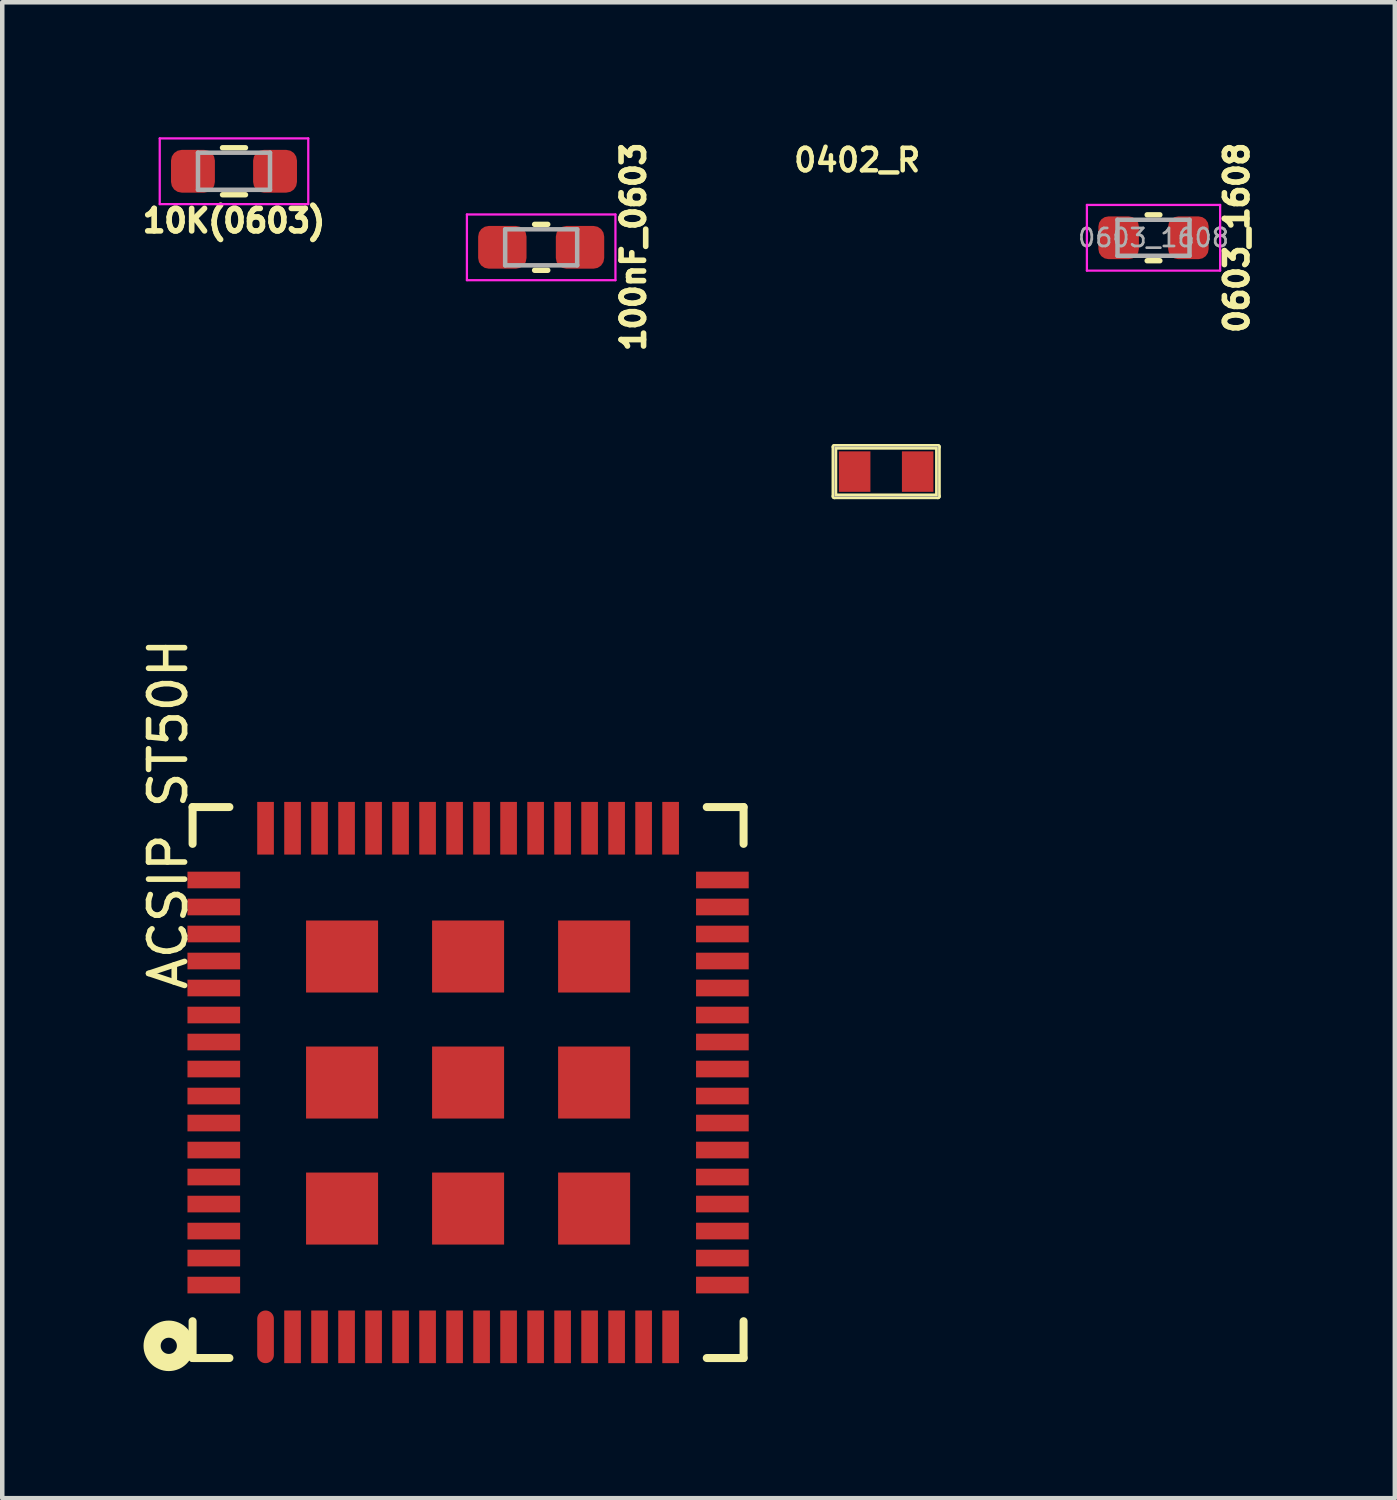
<source format=kicad_pcb>
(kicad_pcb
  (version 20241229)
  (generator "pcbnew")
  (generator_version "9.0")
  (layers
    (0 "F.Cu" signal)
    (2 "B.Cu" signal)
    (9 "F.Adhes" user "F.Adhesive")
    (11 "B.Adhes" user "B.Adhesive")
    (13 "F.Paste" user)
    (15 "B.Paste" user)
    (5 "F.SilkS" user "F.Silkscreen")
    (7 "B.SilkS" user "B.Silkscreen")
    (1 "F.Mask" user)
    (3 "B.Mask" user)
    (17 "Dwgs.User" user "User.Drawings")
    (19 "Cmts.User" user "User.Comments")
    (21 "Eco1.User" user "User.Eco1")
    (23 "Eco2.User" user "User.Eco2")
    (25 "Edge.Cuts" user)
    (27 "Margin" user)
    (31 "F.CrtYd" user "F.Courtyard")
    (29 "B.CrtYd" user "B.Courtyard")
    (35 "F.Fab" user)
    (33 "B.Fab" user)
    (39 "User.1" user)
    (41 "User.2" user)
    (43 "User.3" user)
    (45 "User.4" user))
  (footprint "ACSIP ST50H"
    (layer "F.Cu")
    (at 7.5 20.972)
    (property "Reference" "ACSIP ST50H" (at -6.813 -5.937 90) (unlocked yes) (layer "F.SilkS") (effects (font (size 0.8 0.8) (thickness 0.125))))
    (attr smd)
    (fp_line (start -6.271 -6.091) (end -5.453 -6.091) (stroke (width 0.178) (type solid)) (layer "F.SilkS"))
    (fp_line (start -6.271 -5.273) (end -6.271 -6.091) (stroke (width 0.178) (type solid)) (layer "F.SilkS"))
    (fp_line (start -6.271 6.151) (end -6.271 5.333) (stroke (width 0.178) (type solid)) (layer "F.SilkS"))
    (fp_line (start -6.271 6.151) (end -5.453 6.151) (stroke (width 0.178) (type solid)) (layer "F.SilkS"))
    (fp_line (start 5.153 -6.091) (end 5.971 -6.091) (stroke (width 0.178) (type solid)) (layer "F.SilkS"))
    (fp_line (start 5.153 6.151) (end 5.971 6.151) (stroke (width 0.178) (type solid)) (layer "F.SilkS"))
    (fp_line (start 5.971 -5.273) (end 5.971 -6.091) (stroke (width 0.178) (type solid)) (layer "F.SilkS"))
    (fp_line (start 5.971 6.151) (end 5.971 5.333) (stroke (width 0.178) (type solid)) (layer "F.SilkS"))
    (fp_circle (center -6.8 5.88) (end -6.8 5.7) (stroke (width 0.381) (type solid)) (fill no) (layer "F.SilkS"))
    (fp_line (start -6.15 -5.97) (end 5.85 -5.97) (stroke (width 0.05) (type solid)) (layer "User.1"))
    (fp_line (start -6.15 6.03) (end -6.15 -5.97) (stroke (width 0.05) (type solid)) (layer "User.1"))
    (fp_line (start -6.15 6.03) (end 5.85 6.03) (stroke (width 0.05) (type solid)) (layer "User.1"))
    (fp_line (start 5.85 6.03) (end 5.85 -5.97) (stroke (width 0.05) (type solid)) (layer "User.1"))
    (pad "1" smd oval (at -4.65 5.68) (size 0.37 1.17) (layers "F.Cu" "F.Mask" "F.Paste"))
    (pad "2" smd rect (at -4.05 5.68 180) (size 0.37 1.17) (layers "F.Cu" "F.Mask" "F.Paste"))
    (pad "3" smd rect (at -3.45 5.68 180) (size 0.37 1.17) (layers "F.Cu" "F.Mask" "F.Paste"))
    (pad "4" smd rect (at -2.85 5.68) (size 0.37 1.17) (layers "F.Cu" "F.Mask" "F.Paste"))
    (pad "5" smd rect (at -2.25 5.68) (size 0.37 1.17) (layers "F.Cu" "F.Mask" "F.Paste"))
    (pad "6" smd rect (at -1.65 5.68) (size 0.37 1.17) (layers "F.Cu" "F.Mask" "F.Paste"))
    (pad "7" smd rect (at -1.05 5.68) (size 0.37 1.17) (layers "F.Cu" "F.Mask" "F.Paste"))
    (pad "8" smd rect (at -0.45 5.68) (size 0.37 1.17) (layers "F.Cu" "F.Mask" "F.Paste"))
    (pad "9" smd rect (at 0.15 5.68) (size 0.37 1.17) (layers "F.Cu" "F.Mask" "F.Paste"))
    (pad "10" smd rect (at 0.75 5.68) (size 0.37 1.17) (layers "F.Cu" "F.Mask" "F.Paste"))
    (pad "11" smd rect (at 1.35 5.68) (size 0.37 1.17) (layers "F.Cu" "F.Mask" "F.Paste"))
    (pad "12" smd rect (at 1.95 5.68) (size 0.37 1.17) (layers "F.Cu" "F.Mask" "F.Paste"))
    (pad "13" smd rect (at 2.55 5.68) (size 0.37 1.17) (layers "F.Cu" "F.Mask" "F.Paste"))
    (pad "14" smd rect (at 3.15 5.68) (size 0.37 1.17) (layers "F.Cu" "F.Mask" "F.Paste"))
    (pad "15" smd rect (at 3.75 5.68) (size 0.37 1.17) (layers "F.Cu" "F.Mask" "F.Paste"))
    (pad "16" smd rect (at 4.35 5.68) (size 0.37 1.17) (layers "F.Cu" "F.Mask" "F.Paste"))
    (pad "17" smd rect (at 5.5 4.53 90) (size 0.37 1.17) (layers "F.Cu" "F.Mask" "F.Paste"))
    (pad "18" smd rect (at 5.5 3.93 90) (size 0.37 1.17) (layers "F.Cu" "F.Mask" "F.Paste"))
    (pad "19" smd rect (at 5.5 3.33 90) (size 0.37 1.17) (layers "F.Cu" "F.Mask" "F.Paste"))
    (pad "20" smd rect (at 5.5 2.73 90) (size 0.37 1.17) (layers "F.Cu" "F.Mask" "F.Paste"))
    (pad "21" smd rect (at 5.5 2.13 90) (size 0.37 1.17) (layers "F.Cu" "F.Mask" "F.Paste"))
    (pad "22" smd rect (at 5.5 1.53 90) (size 0.37 1.17) (layers "F.Cu" "F.Mask" "F.Paste"))
    (pad "23" smd rect (at 5.5 0.93 90) (size 0.37 1.17) (layers "F.Cu" "F.Mask" "F.Paste"))
    (pad "24" smd rect (at 5.5 0.33 90) (size 0.37 1.17) (layers "F.Cu" "F.Mask" "F.Paste"))
    (pad "25" smd rect (at 5.5 -0.27 90) (size 0.37 1.17) (layers "F.Cu" "F.Mask" "F.Paste"))
    (pad "26" smd rect (at 5.5 -0.87 90) (size 0.37 1.17) (layers "F.Cu" "F.Mask" "F.Paste"))
    (pad "27" smd rect (at 5.5 -1.47 90) (size 0.37 1.17) (layers "F.Cu" "F.Mask" "F.Paste"))
    (pad "28" smd rect (at 5.5 -2.07 90) (size 0.37 1.17) (layers "F.Cu" "F.Mask" "F.Paste"))
    (pad "29" smd rect (at 5.5 -2.67 90) (size 0.37 1.17) (layers "F.Cu" "F.Mask" "F.Paste"))
    (pad "30" smd rect (at 5.5 -3.27 90) (size 0.37 1.17) (layers "F.Cu" "F.Mask" "F.Paste"))
    (pad "31" smd rect (at 5.5 -3.87 90) (size 0.37 1.17) (layers "F.Cu" "F.Mask" "F.Paste"))
    (pad "32" smd rect (at 5.5 -4.47 90) (size 0.37 1.17) (layers "F.Cu" "F.Mask" "F.Paste"))
    (pad "33" smd rect (at 4.35 -5.62 180) (size 0.37 1.17) (layers "F.Cu" "F.Mask" "F.Paste"))
    (pad "34" smd rect (at 3.75 -5.62 180) (size 0.37 1.17) (layers "F.Cu" "F.Mask" "F.Paste"))
    (pad "35" smd rect (at 3.15 -5.62 180) (size 0.37 1.17) (layers "F.Cu" "F.Mask" "F.Paste"))
    (pad "36" smd rect (at 2.55 -5.62 180) (size 0.37 1.17) (layers "F.Cu" "F.Mask" "F.Paste"))
    (pad "37" smd rect (at 1.95 -5.62 180) (size 0.37 1.17) (layers "F.Cu" "F.Mask" "F.Paste"))
    (pad "38" smd rect (at 1.35 -5.62 180) (size 0.37 1.17) (layers "F.Cu" "F.Mask" "F.Paste"))
    (pad "39" smd rect (at 0.75 -5.62 180) (size 0.37 1.17) (layers "F.Cu" "F.Mask" "F.Paste"))
    (pad "40" smd rect (at 0.15 -5.62 180) (size 0.37 1.17) (layers "F.Cu" "F.Mask" "F.Paste"))
    (pad "41" smd rect (at -0.45 -5.62 180) (size 0.37 1.17) (layers "F.Cu" "F.Mask" "F.Paste"))
    (pad "42" smd rect (at -1.05 -5.62 180) (size 0.37 1.17) (layers "F.Cu" "F.Mask" "F.Paste"))
    (pad "43" smd rect (at -1.65 -5.62 180) (size 0.37 1.17) (layers "F.Cu" "F.Mask" "F.Paste"))
    (pad "44" smd rect (at -2.25 -5.62 180) (size 0.37 1.17) (layers "F.Cu" "F.Mask" "F.Paste"))
    (pad "45" smd rect (at -2.85 -5.62 180) (size 0.37 1.17) (layers "F.Cu" "F.Mask" "F.Paste"))
    (pad "46" smd rect (at -3.45 -5.62 180) (size 0.37 1.17) (layers "F.Cu" "F.Mask" "F.Paste"))
    (pad "47" smd rect (at -4.05 -5.62 180) (size 0.37 1.17) (layers "F.Cu" "F.Mask" "F.Paste"))
    (pad "48" smd rect (at -4.65 -5.62 180) (size 0.37 1.17) (layers "F.Cu" "F.Mask" "F.Paste"))
    (pad "49" smd rect (at -5.8 -4.47 270) (size 0.37 1.17) (layers "F.Cu" "F.Mask" "F.Paste"))
    (pad "50" smd rect (at -5.8 -3.87 270) (size 0.37 1.17) (layers "F.Cu" "F.Mask" "F.Paste"))
    (pad "51" smd rect (at -5.8 -3.27 270) (size 0.37 1.17) (layers "F.Cu" "F.Mask" "F.Paste"))
    (pad "52" smd rect (at -5.8 -2.67 270) (size 0.37 1.17) (layers "F.Cu" "F.Mask" "F.Paste"))
    (pad "53" smd rect (at -5.8 -2.07 270) (size 0.37 1.17) (layers "F.Cu" "F.Mask" "F.Paste"))
    (pad "54" smd rect (at -5.8 -1.47 270) (size 0.37 1.17) (layers "F.Cu" "F.Mask" "F.Paste"))
    (pad "55" smd rect (at -5.8 -0.87 270) (size 0.37 1.17) (layers "F.Cu" "F.Mask" "F.Paste"))
    (pad "56" smd rect (at -5.8 -0.27 270) (size 0.37 1.17) (layers "F.Cu" "F.Mask" "F.Paste"))
    (pad "57" smd rect (at -5.8 0.33 270) (size 0.37 1.17) (layers "F.Cu" "F.Mask" "F.Paste"))
    (pad "58" smd rect (at -5.8 0.93 270) (size 0.37 1.17) (layers "F.Cu" "F.Mask" "F.Paste"))
    (pad "59" smd rect (at -5.8 1.53 270) (size 0.37 1.17) (layers "F.Cu" "F.Mask" "F.Paste"))
    (pad "60" smd rect (at -5.8 2.13 270) (size 0.37 1.17) (layers "F.Cu" "F.Mask" "F.Paste"))
    (pad "61" smd rect (at -5.8 2.73 270) (size 0.37 1.17) (layers "F.Cu" "F.Mask" "F.Paste"))
    (pad "62" smd rect (at -5.8 3.33 270) (size 0.37 1.17) (layers "F.Cu" "F.Mask" "F.Paste"))
    (pad "63" smd rect (at -5.8 3.93 270) (size 0.37 1.17) (layers "F.Cu" "F.Mask" "F.Paste"))
    (pad "64" smd rect (at -5.8 4.53 270) (size 0.37 1.17) (layers "F.Cu" "F.Mask" "F.Paste"))
    (pad "65" smd rect (at -2.95 2.83 270) (size 1.6 1.6) (layers "F.Cu" "F.Mask" "F.Paste"))
    (pad "66" smd rect (at -2.95 0.03 270) (size 1.6 1.6) (layers "F.Cu" "F.Mask" "F.Paste"))
    (pad "67" smd rect (at -2.95 -2.77 270) (size 1.6 1.6) (layers "F.Cu" "F.Mask" "F.Paste"))
    (pad "68" smd rect (at -0.15 2.83 270) (size 1.6 1.6) (layers "F.Cu" "F.Mask" "F.Paste"))
    (pad "69" smd rect (at -0.15 0.03 270) (size 1.6 1.6) (layers "F.Cu" "F.Mask" "F.Paste"))
    (pad "70" smd rect (at -0.15 -2.77 270) (size 1.6 1.6) (layers "F.Cu" "F.Mask" "F.Paste"))
    (pad "71" smd rect (at 2.65 2.83 270) (size 1.6 1.6) (layers "F.Cu" "F.Mask" "F.Paste"))
    (pad "72" smd rect (at 2.65 0.03 270) (size 1.6 1.6) (layers "F.Cu" "F.Mask" "F.Paste"))
    (pad "73" smd rect (at 2.65 -2.77 270) (size 1.6 1.6) (layers "F.Cu" "F.Mask" "F.Paste")))
  (footprint "0402_R"
    (layer "F.Cu")
    (at 16.339 7.498)
    (property "Reference" "0402_R" (at -1.803 -6.698 0) (unlocked yes) (layer "F.SilkS") (effects (font (size 0.5 0.5) (thickness 0.1) (bold yes)) (justify left bottom)))
    (fp_line (start -0.85 -0.62) (end -0.85 0.48) (stroke (width 0.127) (type solid)) (layer "F.SilkS"))
    (fp_line (start -0.85 -0.62) (end 1.45 -0.62) (stroke (width 0.127) (type solid)) (layer "F.SilkS"))
    (fp_line (start -0.85 0.48) (end 1.45 0.48) (stroke (width 0.127) (type solid)) (layer "F.SilkS"))
    (fp_line (start 1.45 -0.62) (end 1.45 0.48) (stroke (width 0.127) (type solid)) (layer "F.SilkS"))
    (fp_line (start -0.85 -0.62) (end -0.85 0.48) (stroke (width 0.01) (type solid)) (layer "B.Fab"))
    (fp_line (start -0.85 -0.62) (end 1.45 -0.62) (stroke (width 0.01) (type solid)) (layer "B.Fab"))
    (fp_line (start -0.85 0.48) (end 1.45 0.48) (stroke (width 0.01) (type solid)) (layer "B.Fab"))
    (fp_line (start 1.45 -0.62) (end 1.45 0.48) (stroke (width 0.01) (type solid)) (layer "B.Fab"))
    (fp_line (start -0.5 -0.47) (end -0.5 0.33) (stroke (width 0.002) (type solid)) (layer "User.1"))
    (fp_line (start -0.5 -0.47) (end 1.1 -0.47) (stroke (width 0.002) (type solid)) (layer "User.1"))
    (fp_line (start 1.1 -0.47) (end 1.1 0.33) (stroke (width 0.002) (type solid)) (layer "User.1"))
    (fp_line (start 1.1 0.33) (end -0.5 0.33) (stroke (width 0.002) (type solid)) (layer "User.1"))
    (pad "1" smd rect (at -0.4 -0.07) (size 0.7 0.9) (layers "F.Cu" "F.Mask" "F.Paste"))
    (pad "2" smd rect (at 1 -0.07) (size 0.7 0.9) (layers "F.Cu" "F.Mask" "F.Paste")))
  (footprint "0603_1608"
    (layer "F.Cu")
    (at 22.579 2.233)
    (property "Reference" "0603_1608" (at 1.85 0 270) (layer "F.SilkS") (effects (font (size 0.5 0.5) (thickness 0.125))))
    (attr smd)
    (fp_line (start -0.141 -0.51) (end 0.141 -0.51) (stroke (width 0.12) (type solid)) (layer "F.SilkS"))
    (fp_line (start -0.141 0.51) (end 0.141 0.51) (stroke (width 0.12) (type solid)) (layer "F.SilkS"))
    (fp_line (start -1.48 -0.73) (end 1.48 -0.73) (stroke (width 0.05) (type solid)) (layer "F.CrtYd"))
    (fp_line (start -1.48 0.73) (end -1.48 -0.73) (stroke (width 0.05) (type solid)) (layer "F.CrtYd"))
    (fp_line (start 1.48 -0.73) (end 1.48 0.73) (stroke (width 0.05) (type solid)) (layer "F.CrtYd"))
    (fp_line (start 1.48 0.73) (end -1.48 0.73) (stroke (width 0.05) (type solid)) (layer "F.CrtYd"))
    (fp_line (start -0.8 -0.4) (end 0.8 -0.4) (stroke (width 0.1) (type solid)) (layer "F.Fab"))
    (fp_line (start -0.8 0.4) (end -0.8 -0.4) (stroke (width 0.1) (type solid)) (layer "F.Fab"))
    (fp_line (start 0.8 -0.4) (end 0.8 0.4) (stroke (width 0.1) (type solid)) (layer "F.Fab"))
    (fp_line (start 0.8 0.4) (end -0.8 0.4) (stroke (width 0.1) (type solid)) (layer "F.Fab"))
    (fp_text user "${REFERENCE}" (at 0 0 180) (layer "F.Fab") (effects (font (size 0.4 0.4) (thickness 0.06))))
    (pad "1" smd roundrect (at -0.775 0) (size 0.9 0.95) (layers "F.Cu" "F.Mask" "F.Paste") (roundrect_rratio 0.25))
    (pad "2" smd roundrect (at 0.775 0) (size 0.9 0.95) (layers "F.Cu" "F.Mask" "F.Paste") (roundrect_rratio 0.25)))
  (footprint "100nF_0603"
    (layer "F.Cu")
    (at 8.974 2.445)
    (property "Reference" "100nF_0603" (at 2.05 -0.01 270) (layer "F.SilkS") (effects (font (size 0.5 0.5) (thickness 0.125))))
    (attr smd)
    (fp_line (start -0.146 -0.51) (end 0.146 -0.51) (stroke (width 0.12) (type solid)) (layer "F.SilkS"))
    (fp_line (start -0.146 0.51) (end 0.146 0.51) (stroke (width 0.12) (type solid)) (layer "F.SilkS"))
    (fp_line (start -1.65 -0.73) (end 1.65 -0.73) (stroke (width 0.05) (type solid)) (layer "F.CrtYd"))
    (fp_line (start -1.65 0.73) (end -1.65 -0.73) (stroke (width 0.05) (type solid)) (layer "F.CrtYd"))
    (fp_line (start 1.65 -0.73) (end 1.65 0.73) (stroke (width 0.05) (type solid)) (layer "F.CrtYd"))
    (fp_line (start 1.65 0.73) (end -1.65 0.73) (stroke (width 0.05) (type solid)) (layer "F.CrtYd"))
    (fp_line (start -0.8 -0.4) (end 0.8 -0.4) (stroke (width 0.1) (type solid)) (layer "F.Fab"))
    (fp_line (start -0.8 0.4) (end -0.8 -0.4) (stroke (width 0.1) (type solid)) (layer "F.Fab"))
    (fp_line (start 0.8 -0.4) (end 0.8 0.4) (stroke (width 0.1) (type solid)) (layer "F.Fab"))
    (fp_line (start 0.8 0.4) (end -0.8 0.4) (stroke (width 0.1) (type solid)) (layer "F.Fab"))
    (pad "1" smd roundrect (at -0.863 0) (size 1.075 0.95) (layers "F.Cu" "F.Mask" "F.Paste") (roundrect_rratio 0.25))
    (pad "2" smd roundrect (at 0.863 0) (size 1.075 0.95) (layers "F.Cu" "F.Mask" "F.Paste") (roundrect_rratio 0.25)))
  (footprint "10K(0603)"
    (layer "F.Cu")
    (at 2.149 0.755)
    (property "Reference" "10K(0603)" (at 0 1.1 0) (layer "F.SilkS") (effects (font (size 0.5 0.5) (thickness 0.125))))
    (attr smd)
    (fp_line (start -0.255 -0.522) (end 0.255 -0.522) (stroke (width 0.12) (type solid)) (layer "F.SilkS"))
    (fp_line (start -0.255 0.522) (end 0.255 0.522) (stroke (width 0.12) (type solid)) (layer "F.SilkS"))
    (fp_line (start -1.65 -0.73) (end 1.65 -0.73) (stroke (width 0.05) (type solid)) (layer "F.CrtYd"))
    (fp_line (start -1.65 0.73) (end -1.65 -0.73) (stroke (width 0.05) (type solid)) (layer "F.CrtYd"))
    (fp_line (start 1.65 -0.73) (end 1.65 0.73) (stroke (width 0.05) (type solid)) (layer "F.CrtYd"))
    (fp_line (start 1.65 0.73) (end -1.65 0.73) (stroke (width 0.05) (type solid)) (layer "F.CrtYd"))
    (fp_line (start -0.8 -0.412) (end 0.8 -0.412) (stroke (width 0.1) (type solid)) (layer "F.Fab"))
    (fp_line (start -0.8 0.412) (end -0.8 -0.412) (stroke (width 0.1) (type solid)) (layer "F.Fab"))
    (fp_line (start 0.8 -0.412) (end 0.8 0.412) (stroke (width 0.1) (type solid)) (layer "F.Fab"))
    (fp_line (start 0.8 0.412) (end -0.8 0.412) (stroke (width 0.1) (type solid)) (layer "F.Fab"))
    (pad "1" smd roundrect (at -0.912 0) (size 0.975 0.95) (layers "F.Cu" "F.Mask" "F.Paste") (roundrect_rratio 0.25))
    (pad "2" smd roundrect (at 0.912 0) (size 0.975 0.95) (layers "F.Cu" "F.Mask" "F.Paste") (roundrect_rratio 0.25)))
  (gr_rect
    (start -3 -3)
    (end 27.941 30.237)
    (stroke (width 0.1) (type default))
    (fill no)
    (layer "Edge.Cuts")))
</source>
